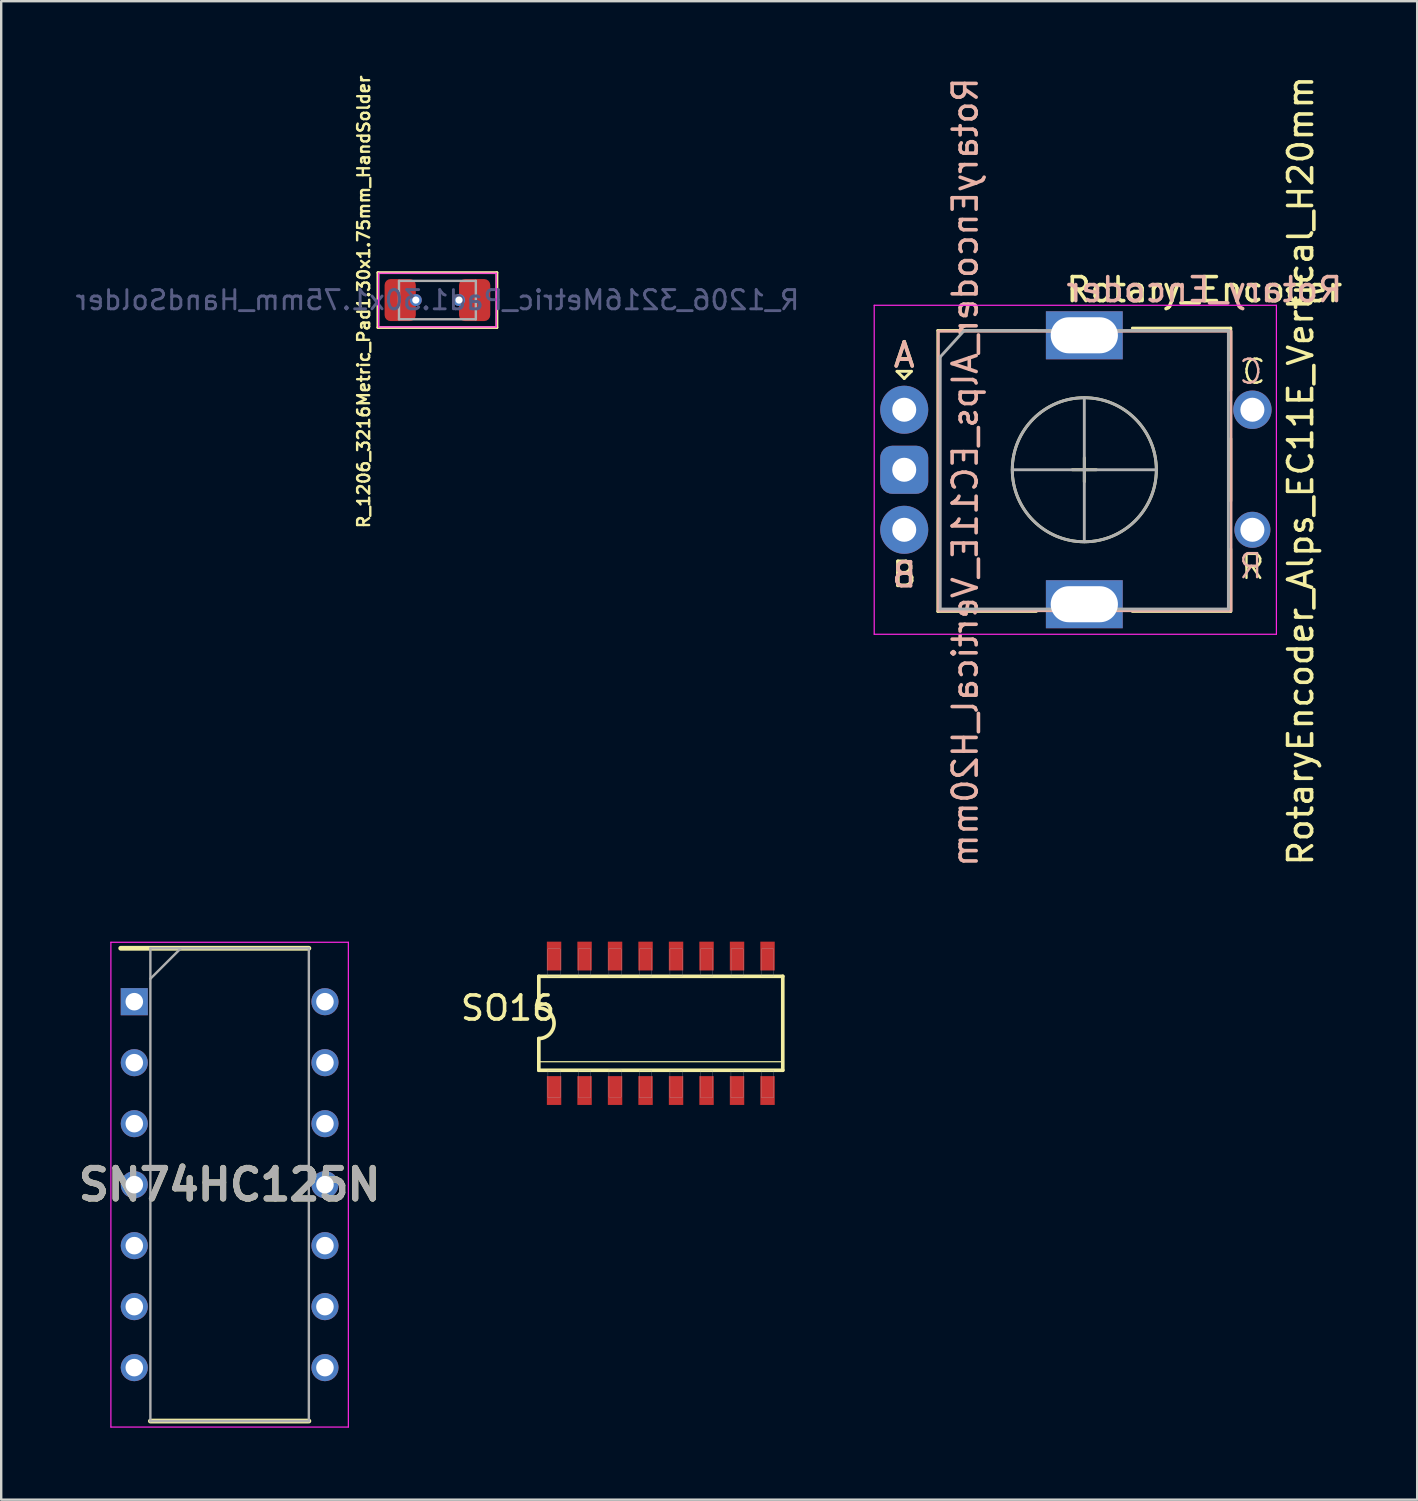
<source format=kicad_pcb>
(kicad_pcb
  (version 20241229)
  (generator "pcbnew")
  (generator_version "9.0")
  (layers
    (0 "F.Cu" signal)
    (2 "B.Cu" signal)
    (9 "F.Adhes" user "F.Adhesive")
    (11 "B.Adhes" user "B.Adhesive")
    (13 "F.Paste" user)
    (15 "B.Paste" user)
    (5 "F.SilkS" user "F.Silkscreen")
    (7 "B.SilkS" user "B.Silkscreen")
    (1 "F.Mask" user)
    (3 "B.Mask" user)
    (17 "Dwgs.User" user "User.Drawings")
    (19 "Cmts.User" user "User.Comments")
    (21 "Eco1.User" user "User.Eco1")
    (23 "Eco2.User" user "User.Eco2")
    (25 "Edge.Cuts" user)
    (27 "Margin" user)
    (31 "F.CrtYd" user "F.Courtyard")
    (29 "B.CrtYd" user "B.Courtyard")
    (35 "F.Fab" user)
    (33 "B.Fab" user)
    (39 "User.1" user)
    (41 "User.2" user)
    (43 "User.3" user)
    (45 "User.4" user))
  (footprint "R_1206_3216Metric_Pad1.30x1.75mm_HandSolder"
    (layer "F.Cu")
    (at 15.167 9.447)
    (property "Reference" "R_1206_3216Metric_Pad1.30x1.75mm_HandSolder" (at -3.07 0.07 90) (layer "F.SilkS") (effects (font (size 0.5 0.5) (thickness 0.1))))
    (attr smd)
    (fp_line (start -2.477 -1.143) (end -2.477 1.143) (stroke (width 0.12) (type solid)) (layer "F.SilkS"))
    (fp_line (start -2.477 1.143) (end 2.477 1.143) (stroke (width 0.12) (type solid)) (layer "F.SilkS"))
    (fp_line (start 2.477 -1.143) (end -2.477 -1.143) (stroke (width 0.12) (type solid)) (layer "F.SilkS"))
    (fp_line (start 2.477 1.143) (end 2.477 -1.143) (stroke (width 0.12) (type solid)) (layer "F.SilkS"))
    (fp_line (start -2.45 -1.12) (end 2.45 -1.12) (stroke (width 0.05) (type solid)) (layer "F.CrtYd"))
    (fp_line (start -2.45 1.12) (end -2.45 -1.12) (stroke (width 0.05) (type solid)) (layer "F.CrtYd"))
    (fp_line (start 2.45 -1.12) (end 2.45 1.12) (stroke (width 0.05) (type solid)) (layer "F.CrtYd"))
    (fp_line (start 2.45 1.12) (end -2.45 1.12) (stroke (width 0.05) (type solid)) (layer "F.CrtYd"))
    (fp_line (start -1.6 -0.8) (end 1.6 -0.8) (stroke (width 0.1) (type solid)) (layer "F.Fab"))
    (fp_line (start -1.6 0.8) (end -1.6 -0.8) (stroke (width 0.1) (type solid)) (layer "F.Fab"))
    (fp_line (start 1.6 -0.8) (end 1.6 0.8) (stroke (width 0.1) (type solid)) (layer "F.Fab"))
    (fp_line (start 1.6 0.8) (end -1.6 0.8) (stroke (width 0.1) (type solid)) (layer "F.Fab"))
    (fp_text user "${REFERENCE}" (at 0 0 0) (layer "B.Fab") (effects (font (size 0.8 0.8) (thickness 0.12)) (justify mirror)))
    (pad "1" smd roundrect (at -1.55 0) (size 1.3 1.75) (layers "F.Cu" "F.Mask" "F.Paste") (roundrect_rratio 0.192))
    (pad "1" thru_hole circle (at -0.9 0) (size 0.5 0.5) (drill 0.3) (layers "*.Cu" "*.Mask"))
    (pad "2" thru_hole circle (at 0.9 0) (size 0.5 0.5) (drill 0.3) (layers "*.Cu" "*.Mask"))
    (pad "2" smd roundrect (at 1.55 0) (size 1.3 1.75) (layers "F.Cu" "F.Mask" "F.Paste") (roundrect_rratio 0.192)))
  (footprint "SO16"
    (layer "F.Cu")
    (at 24.47 39.567)
    (property "Reference" "SO16" (at -6.363 -0.636 180) (layer "F.SilkS") (effects (font (size 1.002 1.002) (thickness 0.15))))
    (attr through_hole)
    (fp_line (start -5.08 -0.635) (end -5.08 -1.956) (stroke (width 0.152) (type solid)) (layer "F.SilkS"))
    (fp_line (start -5.08 1.6) (end 5.08 1.6) (stroke (width 0.051) (type solid)) (layer "F.SilkS"))
    (fp_line (start -5.08 1.956) (end -5.08 0.635) (stroke (width 0.152) (type solid)) (layer "F.SilkS"))
    (fp_line (start -5.08 1.956) (end 5.08 1.956) (stroke (width 0.152) (type solid)) (layer "F.SilkS"))
    (fp_line (start 5.08 -1.956) (end -5.08 -1.956) (stroke (width 0.152) (type solid)) (layer "F.SilkS"))
    (fp_line (start 5.08 1.956) (end 5.08 -1.956) (stroke (width 0.152) (type solid)) (layer "F.SilkS"))
    (fp_arc (start -5.08 -0.635) (mid -4.445 0) (end -5.08 0.635) (stroke (width 0.1524) (type solid)) (layer "F.SilkS"))
    (fp_poly (pts (xy -4.703 -3.099) (xy -4.191 -3.099) (xy -4.191 -1.958) (xy -4.703 -1.958)) (stroke (width 0.01) (type solid)) (fill no) (layer "F.Fab"))
    (fp_poly (pts (xy -4.7 1.956) (xy -4.191 1.956) (xy -4.191 3.1) (xy -4.7 3.1)) (stroke (width 0.01) (type solid)) (fill no) (layer "F.Fab"))
    (fp_poly (pts (xy -3.431 -3.099) (xy -2.921 -3.099) (xy -2.921 -1.957) (xy -3.431 -1.957)) (stroke (width 0.01) (type solid)) (fill no) (layer "F.Fab"))
    (fp_poly (pts (xy -3.429 1.956) (xy -2.921 1.956) (xy -2.921 3.099) (xy -3.429 3.099)) (stroke (width 0.01) (type solid)) (fill no) (layer "F.Fab"))
    (fp_poly (pts (xy -2.16 -3.099) (xy -1.651 -3.099) (xy -1.651 -1.957) (xy -2.16 -1.957)) (stroke (width 0.01) (type solid)) (fill no) (layer "F.Fab"))
    (fp_poly (pts (xy -2.159 1.93) (xy -1.651 1.93) (xy -1.651 3.074) (xy -2.159 3.074)) (stroke (width 0.01) (type solid)) (fill no) (layer "F.Fab"))
    (fp_poly (pts (xy -0.891 1.956) (xy -0.381 1.956) (xy -0.381 3.105) (xy -0.891 3.105)) (stroke (width 0.01) (type solid)) (fill no) (layer "F.Fab"))
    (fp_poly (pts (xy -0.89 -3.099) (xy -0.381 -3.099) (xy -0.381 -1.959) (xy -0.89 -1.959)) (stroke (width 0.01) (type solid)) (fill no) (layer "F.Fab"))
    (fp_poly (pts (xy 0.381 -3.099) (xy 0.889 -3.099) (xy 0.889 -1.956) (xy 0.381 -1.956)) (stroke (width 0.01) (type solid)) (fill no) (layer "F.Fab"))
    (fp_poly (pts (xy 0.381 1.956) (xy 0.889 1.956) (xy 0.889 3.1) (xy 0.381 3.1)) (stroke (width 0.01) (type solid)) (fill no) (layer "F.Fab"))
    (fp_poly (pts (xy 1.652 1.956) (xy 2.159 1.956) (xy 2.159 3.101) (xy 1.652 3.101)) (stroke (width 0.01) (type solid)) (fill no) (layer "F.Fab"))
    (fp_poly (pts (xy 1.654 -3.099) (xy 2.159 -3.099) (xy 2.159 -1.959) (xy 1.654 -1.959)) (stroke (width 0.01) (type solid)) (fill no) (layer "F.Fab"))
    (fp_poly (pts (xy 2.922 1.956) (xy 3.429 1.956) (xy 3.429 3.1) (xy 2.922 3.1)) (stroke (width 0.01) (type solid)) (fill no) (layer "F.Fab"))
    (fp_poly (pts (xy 2.927 -3.099) (xy 3.429 -3.099) (xy 3.429 -1.96) (xy 2.927 -1.96)) (stroke (width 0.01) (type solid)) (fill no) (layer "F.Fab"))
    (fp_poly (pts (xy 4.193 -3.099) (xy 4.699 -3.099) (xy 4.699 -1.957) (xy 4.193 -1.957)) (stroke (width 0.01) (type solid)) (fill no) (layer "F.Fab"))
    (fp_poly (pts (xy 4.193 1.956) (xy 4.699 1.956) (xy 4.699 3.1) (xy 4.193 3.1)) (stroke (width 0.01) (type solid)) (fill no) (layer "F.Fab"))
    (pad "1" smd rect (at -4.445 2.8) (size 0.6 1.2) (layers "F.Cu" "F.Mask" "F.Paste"))
    (pad "2" smd rect (at -3.175 2.8) (size 0.6 1.2) (layers "F.Cu" "F.Mask" "F.Paste"))
    (pad "3" smd rect (at -1.905 2.8) (size 0.6 1.2) (layers "F.Cu" "F.Mask" "F.Paste"))
    (pad "4" smd rect (at -0.635 2.8) (size 0.6 1.2) (layers "F.Cu" "F.Mask" "F.Paste"))
    (pad "5" smd rect (at 0.635 2.8) (size 0.6 1.2) (layers "F.Cu" "F.Mask" "F.Paste"))
    (pad "6" smd rect (at 1.905 2.8) (size 0.6 1.2) (layers "F.Cu" "F.Mask" "F.Paste"))
    (pad "7" smd rect (at 3.175 2.8) (size 0.6 1.2) (layers "F.Cu" "F.Mask" "F.Paste"))
    (pad "8" smd rect (at 4.445 2.8) (size 0.6 1.2) (layers "F.Cu" "F.Mask" "F.Paste"))
    (pad "9" smd rect (at 4.445 -2.8) (size 0.6 1.2) (layers "F.Cu" "F.Mask" "F.Paste"))
    (pad "10" smd rect (at 3.175 -2.8) (size 0.6 1.2) (layers "F.Cu" "F.Mask" "F.Paste"))
    (pad "11" smd rect (at 1.905 -2.8) (size 0.6 1.2) (layers "F.Cu" "F.Mask" "F.Paste"))
    (pad "12" smd rect (at 0.635 -2.8) (size 0.6 1.2) (layers "F.Cu" "F.Mask" "F.Paste"))
    (pad "13" smd rect (at -0.635 -2.8) (size 0.6 1.2) (layers "F.Cu" "F.Mask" "F.Paste"))
    (pad "14" smd rect (at -1.905 -2.8) (size 0.6 1.2) (layers "F.Cu" "F.Mask" "F.Paste"))
    (pad "15" smd rect (at -3.175 -2.8) (size 0.6 1.2) (layers "F.Cu" "F.Mask" "F.Paste"))
    (pad "16" smd rect (at -4.445 -2.8) (size 0.6 1.2) (layers "F.Cu" "F.Mask" "F.Paste")))
  (footprint "SN74HC125N"
    (layer "F.Cu")
    (at 6.513 46.287)
    (property "Reference" "SN74HC125N" (at 0 0 0) (layer "F.SilkS") (effects (font (size 1.27 1.27) (thickness 0.254))))
    (attr through_hole)
    (fp_line (start -4.535 -9.845) (end 3.3 -9.845) (stroke (width 0.2) (type solid)) (layer "F.SilkS"))
    (fp_line (start -3.3 9.845) (end 3.3 9.845) (stroke (width 0.2) (type solid)) (layer "F.SilkS"))
    (fp_line (start -4.945 -10.095) (end 4.945 -10.095) (stroke (width 0.05) (type solid)) (layer "F.CrtYd"))
    (fp_line (start -4.945 10.095) (end -4.945 -10.095) (stroke (width 0.05) (type solid)) (layer "F.CrtYd"))
    (fp_line (start 4.945 -10.095) (end 4.945 10.095) (stroke (width 0.05) (type solid)) (layer "F.CrtYd"))
    (fp_line (start 4.945 10.095) (end -4.945 10.095) (stroke (width 0.05) (type solid)) (layer "F.CrtYd"))
    (fp_line (start -3.3 -9.845) (end 3.3 -9.845) (stroke (width 0.1) (type solid)) (layer "F.Fab"))
    (fp_line (start -3.3 -8.575) (end -2.03 -9.845) (stroke (width 0.1) (type solid)) (layer "F.Fab"))
    (fp_line (start -3.3 9.845) (end -3.3 -9.845) (stroke (width 0.1) (type solid)) (layer "F.Fab"))
    (fp_line (start 3.3 -9.845) (end 3.3 9.845) (stroke (width 0.1) (type solid)) (layer "F.Fab"))
    (fp_line (start 3.3 9.845) (end -3.3 9.845) (stroke (width 0.1) (type solid)) (layer "F.Fab"))
    (fp_text user "${REFERENCE}" (at 0 0 0) (layer "F.Fab") (effects (font (size 1.27 1.27) (thickness 0.254))))
    (pad "1" thru_hole rect (at -3.97 -7.62) (size 1.13 1.13) (drill 0.73) (layers "*.Cu" "*.Mask"))
    (pad "2" thru_hole circle (at -3.97 -5.08) (size 1.13 1.13) (drill 0.73) (layers "*.Cu" "*.Mask"))
    (pad "3" thru_hole circle (at -3.97 -2.54) (size 1.13 1.13) (drill 0.73) (layers "*.Cu" "*.Mask"))
    (pad "4" thru_hole circle (at -3.97 0) (size 1.13 1.13) (drill 0.73) (layers "*.Cu" "*.Mask"))
    (pad "5" thru_hole circle (at -3.97 2.54) (size 1.13 1.13) (drill 0.73) (layers "*.Cu" "*.Mask"))
    (pad "6" thru_hole circle (at -3.97 5.08) (size 1.13 1.13) (drill 0.73) (layers "*.Cu" "*.Mask"))
    (pad "7" thru_hole circle (at -3.97 7.62) (size 1.13 1.13) (drill 0.73) (layers "*.Cu" "*.Mask"))
    (pad "8" thru_hole circle (at 3.97 7.62) (size 1.13 1.13) (drill 0.73) (layers "*.Cu" "*.Mask"))
    (pad "9" thru_hole circle (at 3.97 5.08) (size 1.13 1.13) (drill 0.73) (layers "*.Cu" "*.Mask"))
    (pad "10" thru_hole circle (at 3.97 2.54) (size 1.13 1.13) (drill 0.73) (layers "*.Cu" "*.Mask"))
    (pad "11" thru_hole circle (at 3.97 0) (size 1.13 1.13) (drill 0.73) (layers "*.Cu" "*.Mask"))
    (pad "12" thru_hole circle (at 3.97 -2.54) (size 1.13 1.13) (drill 0.73) (layers "*.Cu" "*.Mask"))
    (pad "13" thru_hole circle (at 3.97 -5.08) (size 1.13 1.13) (drill 0.73) (layers "*.Cu" "*.Mask"))
    (pad "14" thru_hole circle (at 3.97 -7.62) (size 1.13 1.13) (drill 0.73) (layers "*.Cu" "*.Mask")))
  (footprint "RotaryEncoder_Alps_EC11E_Vertical_H20mm"
    (layer "F.Cu")
    (at 42.108 16.514)
    (property "Reference" "RotaryEncoder_Alps_EC11E_Vertical_H20mm" (at 9.01 0.04 270) (layer "F.SilkS") (effects (font (size 1 1) (thickness 0.15))))
    (property "Value" "Rotary_Encoder" (at 7.5 10.4 180) (layer "F.Fab") (hide yes) (effects (font (size 1 1) (thickness 0.15))))
    (attr through_hole)
    (fp_line (start -7.8 -4.1) (end -7.2 -4.1) (stroke (width 0.12) (type solid)) (layer "F.SilkS"))
    (fp_line (start -7.5 -3.8) (end -7.8 -4.1) (stroke (width 0.12) (type solid)) (layer "F.SilkS"))
    (fp_line (start -7.2 -4.1) (end -7.5 -3.8) (stroke (width 0.12) (type solid)) (layer "F.SilkS"))
    (fp_line (start -6.1 -5.8) (end -6.1 5.9) (stroke (width 0.12) (type solid)) (layer "F.SilkS"))
    (fp_line (start -2 -5.8) (end -6.1 -5.8) (stroke (width 0.12) (type solid)) (layer "F.SilkS"))
    (fp_line (start -2 5.9) (end -6.1 5.9) (stroke (width 0.12) (type solid)) (layer "F.SilkS"))
    (fp_line (start -0.5 0) (end 0.5 0) (stroke (width 0.12) (type solid)) (layer "F.SilkS"))
    (fp_line (start 0 -0.5) (end 0 0.5) (stroke (width 0.12) (type solid)) (layer "F.SilkS"))
    (fp_line (start 2 -5.9) (end 6.1 -5.9) (stroke (width 0.12) (type solid)) (layer "F.SilkS"))
    (fp_line (start 6.1 -5.9) (end 6.1 -3.3) (stroke (width 0.12) (type solid)) (layer "F.SilkS"))
    (fp_line (start 6.1 -1.3) (end 6.1 1.3) (stroke (width 0.12) (type solid)) (layer "F.SilkS"))
    (fp_line (start 6.1 3.3) (end 6.1 5.9) (stroke (width 0.12) (type solid)) (layer "F.SilkS"))
    (fp_line (start 6.1 5.9) (end 2 5.9) (stroke (width 0.12) (type solid)) (layer "F.SilkS"))
    (fp_circle (center 0 0) (end 3 0) (stroke (width 0.12) (type solid)) (fill no) (layer "F.SilkS"))
    (fp_rect (start -6.08 -5.77) (end 6.11 5.87) (stroke (width 0.12) (type solid)) (fill no) (layer "B.SilkS"))
    (fp_line (start -8.75 -6.85) (end -8.75 6.85) (stroke (width 0.05) (type solid)) (layer "F.CrtYd"))
    (fp_line (start -8.75 -6.85) (end 8 -6.85) (stroke (width 0.05) (type solid)) (layer "F.CrtYd"))
    (fp_line (start 8 6.85) (end -8.75 6.85) (stroke (width 0.05) (type solid)) (layer "F.CrtYd"))
    (fp_line (start 8 6.85) (end 8 -6.85) (stroke (width 0.05) (type solid)) (layer "F.CrtYd"))
    (fp_line (start -6 -4.7) (end -5 -5.8) (stroke (width 0.12) (type solid)) (layer "F.Fab"))
    (fp_line (start -6 5.8) (end -6 -4.7) (stroke (width 0.12) (type solid)) (layer "F.Fab"))
    (fp_line (start -5 -5.8) (end 6 -5.8) (stroke (width 0.12) (type solid)) (layer "F.Fab"))
    (fp_line (start -3 0) (end 3 0) (stroke (width 0.12) (type solid)) (layer "F.Fab"))
    (fp_line (start 0 -3) (end 0 3) (stroke (width 0.12) (type solid)) (layer "F.Fab"))
    (fp_line (start 6 -5.8) (end 6 5.8) (stroke (width 0.12) (type solid)) (layer "F.Fab"))
    (fp_line (start 6 5.8) (end -6 5.8) (stroke (width 0.12) (type solid)) (layer "F.Fab"))
    (fp_circle (center 0 0) (end 3 0) (stroke (width 0.12) (type solid)) (fill no) (layer "F.Fab"))
    (fp_text user "A" (at -7.5 -4.786 0) (unlocked yes) (layer "F.SilkS") (effects (font (size 1 1) (thickness 0.15))))
    (fp_text user "R" (at 6.45 4.63 0) (unlocked yes) (layer "F.SilkS") (effects (font (size 1 1) (thickness 0.1)) (justify left bottom)))
    (fp_text user "${VALUE}" (at 5 -7.5 180) (layer "F.SilkS") (effects (font (size 1 1) (thickness 0.15))))
    (fp_text user "C" (at 6.5 -3.5 0) (unlocked yes) (layer "F.SilkS") (effects (font (size 1 1) (thickness 0.1)) (justify left bottom)))
    (fp_text user "B" (at -7.5 4.358 0) (unlocked yes) (layer "F.SilkS") (effects (font (size 1 1) (thickness 0.15))))
    (fp_text user "C" (at 7.5 -3.5 0) (unlocked yes) (layer "B.SilkS") (effects (font (size 1 1) (thickness 0.1)) (justify left bottom mirror)))
    (fp_text user "B" (at -7.5 4.375 0) (unlocked yes) (layer "B.SilkS") (effects (font (size 1 1) (thickness 0.15)) (justify mirror)))
    (fp_text user "R" (at 7.5 4.6 0) (unlocked yes) (layer "B.SilkS") (effects (font (size 1 1) (thickness 0.1)) (justify left bottom mirror)))
    (fp_text user "${REFERENCE}" (at -4.96 0.1 270) (layer "B.SilkS") (effects (font (size 1 1) (thickness 0.15)) (justify mirror)))
    (fp_text user "A" (at -7.5 -4.775 0) (unlocked yes) (layer "B.SilkS") (effects (font (size 1 1) (thickness 0.15)) (justify mirror)))
    (fp_text user "${VALUE}" (at 5 -7.5 180) (layer "B.SilkS") (effects (font (size 1 1) (thickness 0.15)) (justify mirror)))
    (pad "" thru_hole rect (at 0 -5.6) (size 3.2 2) (drill oval 2.8 1.5) (layers "*.Cu" "*.Mask"))
    (pad "" thru_hole rect (at 0 5.6) (size 3.2 2) (drill oval 2.8 1.5) (layers "*.Cu" "*.Mask"))
    (pad "A" thru_hole circle (at -7.5 -2.5) (size 2 2) (drill 1) (layers "*.Cu" "*.Mask"))
    (pad "B" thru_hole circle (at -7.5 2.5) (size 2 2) (drill 1) (layers "*.Cu" "*.Mask"))
    (pad "C" thru_hole roundrect (at -7.5 0) (size 2 2) (drill 1) (layers "*.Cu" "*.Mask") (roundrect_rratio 0.25))
    (pad "S1" thru_hole circle (at 7 -2.5) (size 1.6 1.6) (drill 1) (layers "*.Cu" "*.Mask"))
    (pad "S2" thru_hole circle (at 7 2.5) (size 1.5 1.5) (drill 1) (layers "*.Cu" "*.Mask")))
  (gr_rect
    (start -3 -3)
    (end 55.971 59.407)
    (stroke (width 0.1) (type default))
    (fill no)
    (layer "Edge.Cuts")))
</source>
